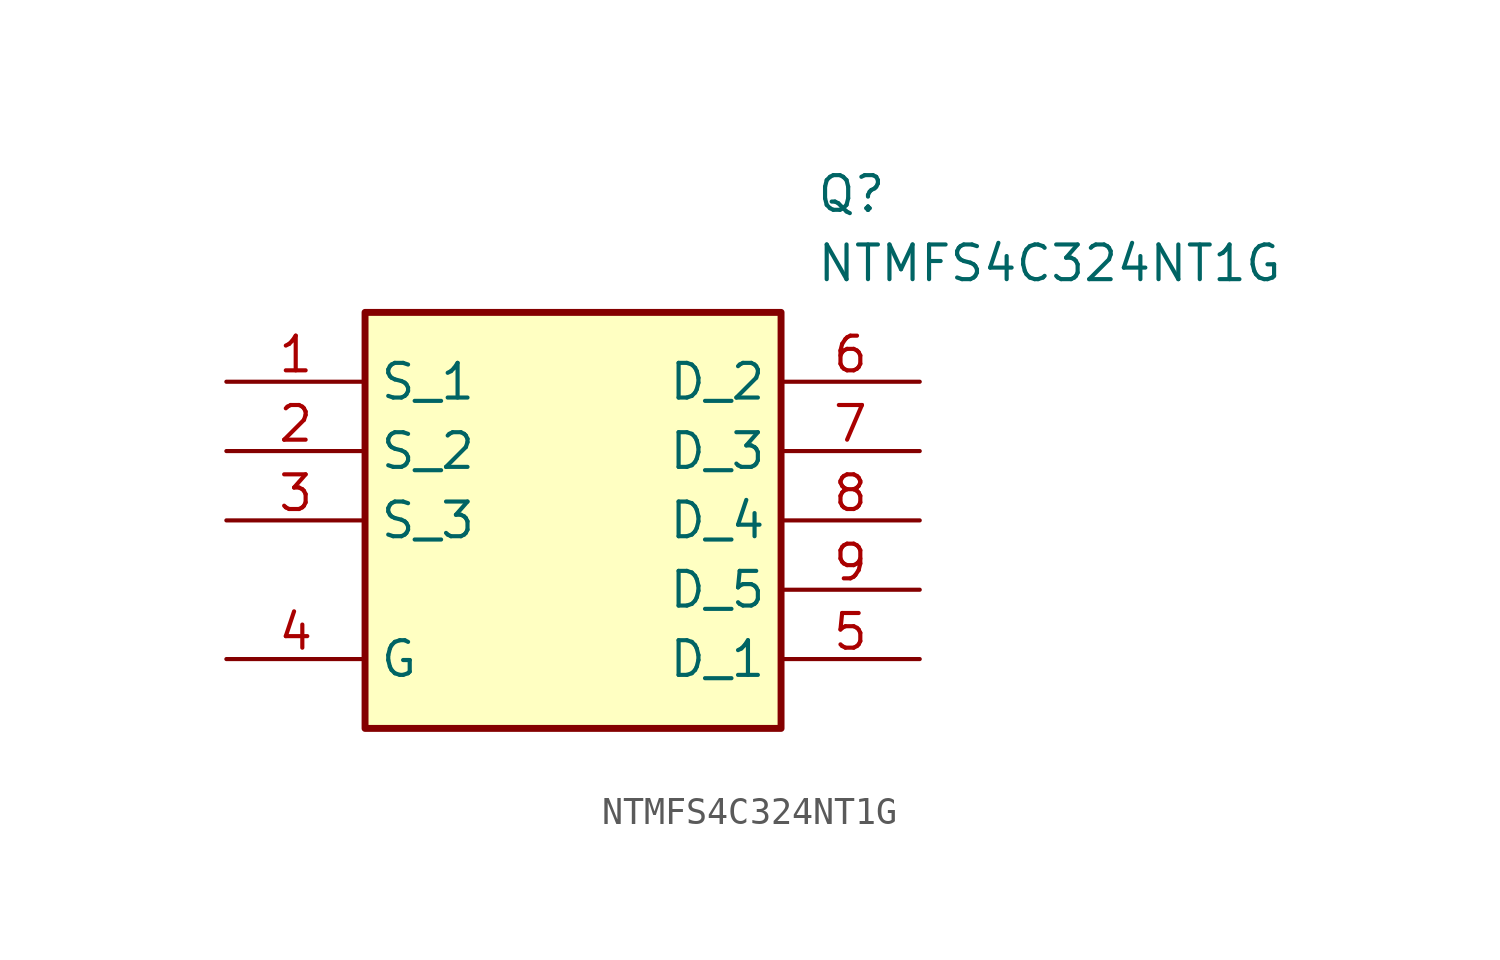
<source format=kicad_sym>
(kicad_symbol_lib
  (version 20241209)
  (generator "kicad_symbol_editor")
  (generator_version "9.0")
  (symbol "NTMFS4C324NT1G"
    (property "Reference" "Q"
      (at 21.59 7.62 0)
      (effects (font (size 1.27 1.27)) (justify left top)))
    (property "Value" "NTMFS4C324NT1G"
      (at 21.59 5.08 0)
      (effects (font (size 1.27 1.27)) (justify left top)))
    (symbol "NTMFS4C324NT1G_1_1"
      (rectangle (start 5.08 2.54) (end 20.32 -12.7) (stroke (width 0.254) (type default)) (fill (type background)))
      (pin passive line (at 0 0 0) (length 5.08) (name "S_1" (effects (font (size 1.27 1.27)))) (number "1" (effects (font (size 1.27 1.27)))))
      (pin passive line (at 0 -2.54 0) (length 5.08) (name "S_2" (effects (font (size 1.27 1.27)))) (number "2" (effects (font (size 1.27 1.27)))))
      (pin passive line (at 0 -5.08 0) (length 5.08) (name "S_3" (effects (font (size 1.27 1.27)))) (number "3" (effects (font (size 1.27 1.27)))))
      (pin passive line (at 0 -10.16 0) (length 5.08) (name "G" (effects (font (size 1.27 1.27)))) (number "4" (effects (font (size 1.27 1.27)))))
      (pin passive line (at 25.4 0 180) (length 5.08) (name "D_2" (effects (font (size 1.27 1.27)))) (number "6" (effects (font (size 1.27 1.27)))))
      (pin passive line (at 25.4 -2.54 180) (length 5.08) (name "D_3" (effects (font (size 1.27 1.27)))) (number "7" (effects (font (size 1.27 1.27)))))
      (pin passive line (at 25.4 -5.08 180) (length 5.08) (name "D_4" (effects (font (size 1.27 1.27)))) (number "8" (effects (font (size 1.27 1.27)))))
      (pin passive line (at 25.4 -7.62 180) (length 5.08) (name "D_5" (effects (font (size 1.27 1.27)))) (number "9" (effects (font (size 1.27 1.27)))))
      (pin passive line (at 25.4 -10.16 180) (length 5.08) (name "D_1" (effects (font (size 1.27 1.27)))) (number "5" (effects (font (size 1.27 1.27))))))))
</source>
